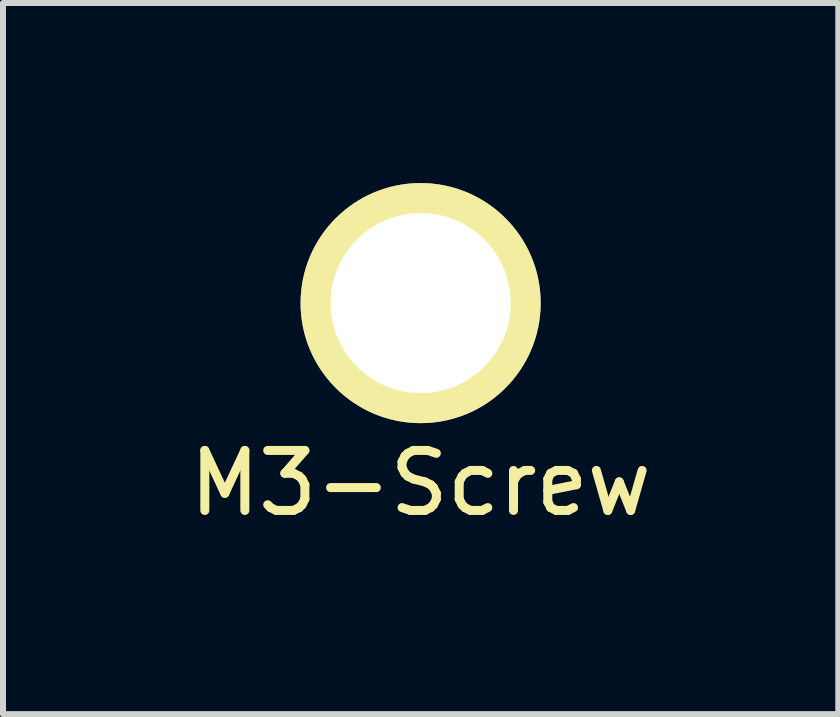
<source format=kicad_pcb>
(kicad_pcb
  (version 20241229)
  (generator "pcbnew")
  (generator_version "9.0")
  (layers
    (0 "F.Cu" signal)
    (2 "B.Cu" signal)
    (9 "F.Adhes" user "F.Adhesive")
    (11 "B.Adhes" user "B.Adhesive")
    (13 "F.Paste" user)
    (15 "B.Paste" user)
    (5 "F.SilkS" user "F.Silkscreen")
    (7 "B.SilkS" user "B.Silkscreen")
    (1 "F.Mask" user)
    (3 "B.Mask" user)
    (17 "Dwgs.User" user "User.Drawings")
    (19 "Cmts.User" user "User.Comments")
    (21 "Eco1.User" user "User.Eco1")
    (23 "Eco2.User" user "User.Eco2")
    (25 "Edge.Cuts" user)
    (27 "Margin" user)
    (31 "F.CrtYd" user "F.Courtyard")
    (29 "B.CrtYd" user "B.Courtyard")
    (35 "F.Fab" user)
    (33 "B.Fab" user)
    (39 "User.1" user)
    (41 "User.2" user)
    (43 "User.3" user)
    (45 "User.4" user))
  (footprint "M3-Screw"
    (layer "F.Cu")
    (at 3.958 2)
    (property "Reference" "M3-Screw" (at 0 3 0) (layer "F.SilkS") (effects (font (size 1 1) (thickness 0.15))))
    (attr through_hole)
    (pad "1" thru_hole circle (at 0 0) (size 4 4) (drill 3) (layers "*.Cu" "*.Mask" "F.SilkS")))
  (gr_rect
    (start -3 -3)
    (end 10.917 8.848)
    (stroke (width 0.1) (type default))
    (fill no)
    (layer "Edge.Cuts")))
</source>
